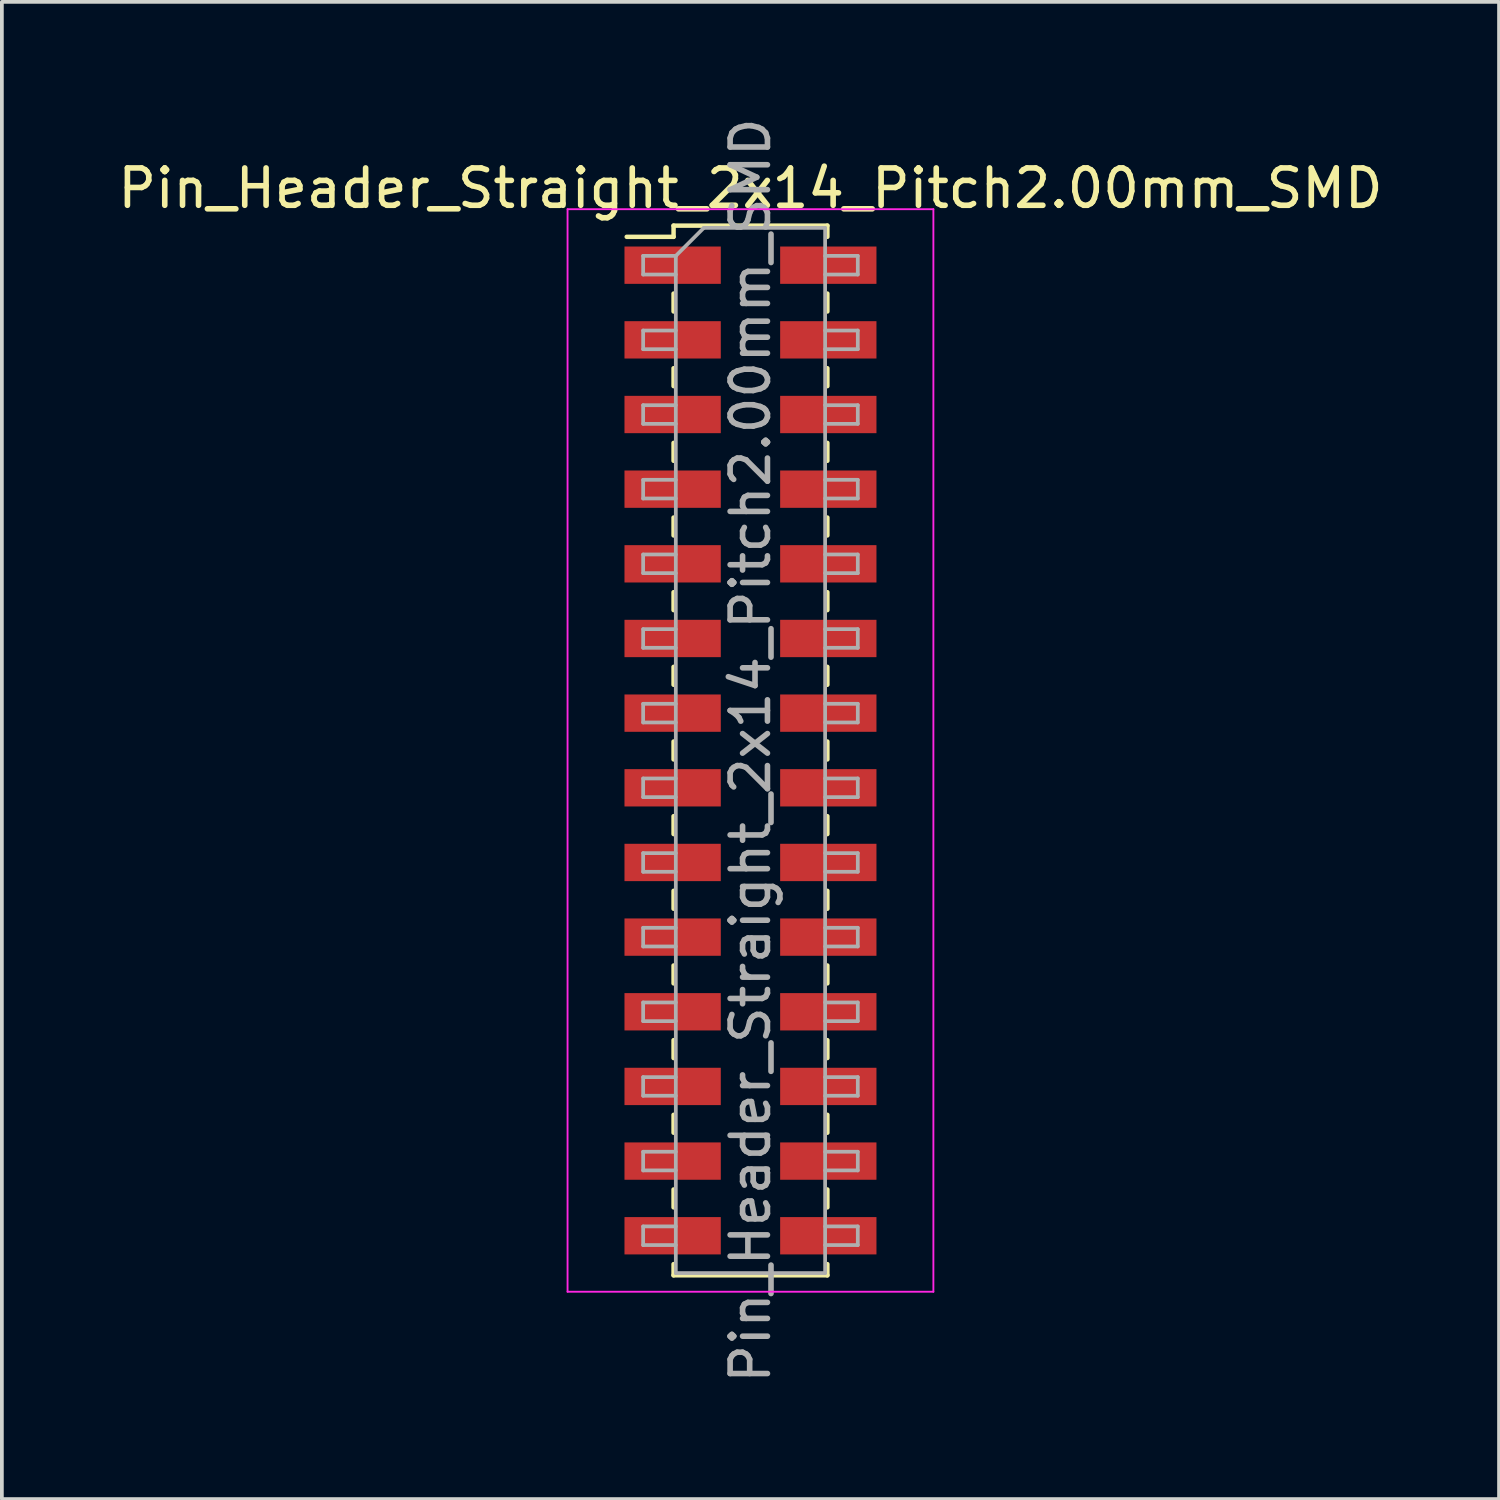
<source format=kicad_pcb>
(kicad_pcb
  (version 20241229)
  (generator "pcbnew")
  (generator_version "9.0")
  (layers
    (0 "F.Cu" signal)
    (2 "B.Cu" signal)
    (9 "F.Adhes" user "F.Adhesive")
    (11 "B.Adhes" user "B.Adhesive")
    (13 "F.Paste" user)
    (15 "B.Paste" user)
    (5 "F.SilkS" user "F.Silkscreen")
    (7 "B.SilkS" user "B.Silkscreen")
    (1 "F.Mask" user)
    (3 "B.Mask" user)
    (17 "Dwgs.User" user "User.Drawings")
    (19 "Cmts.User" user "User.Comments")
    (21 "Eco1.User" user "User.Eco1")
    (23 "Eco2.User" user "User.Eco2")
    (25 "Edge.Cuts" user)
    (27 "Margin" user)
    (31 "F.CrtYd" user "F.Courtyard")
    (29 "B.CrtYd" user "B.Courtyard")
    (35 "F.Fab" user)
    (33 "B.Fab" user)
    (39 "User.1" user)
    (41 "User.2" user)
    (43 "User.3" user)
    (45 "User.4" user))
  (footprint "Pin_Header_Straight_2x14_Pitch2.00mm_SMD"
    (layer "F.Cu")
    (at 17.054 17.054)
    (property "Reference" "Pin_Header_Straight_2x14_Pitch2.00mm_SMD" (at 0 -15.06 0) (layer "F.SilkS") (effects (font (size 1 1) (thickness 0.15))))
    (attr smd)
    (fp_line (start -3.315 -13.76) (end -2.06 -13.76) (stroke (width 0.12) (type solid)) (layer "F.SilkS"))
    (fp_line (start -2.06 -14.06) (end -2.06 -13.76) (stroke (width 0.12) (type solid)) (layer "F.SilkS"))
    (fp_line (start -2.06 -14.06) (end 2.06 -14.06) (stroke (width 0.12) (type solid)) (layer "F.SilkS"))
    (fp_line (start -2.06 -12.24) (end -2.06 -11.76) (stroke (width 0.12) (type solid)) (layer "F.SilkS"))
    (fp_line (start -2.06 -10.24) (end -2.06 -9.76) (stroke (width 0.12) (type solid)) (layer "F.SilkS"))
    (fp_line (start -2.06 -8.24) (end -2.06 -7.76) (stroke (width 0.12) (type solid)) (layer "F.SilkS"))
    (fp_line (start -2.06 -6.24) (end -2.06 -5.76) (stroke (width 0.12) (type solid)) (layer "F.SilkS"))
    (fp_line (start -2.06 -4.24) (end -2.06 -3.76) (stroke (width 0.12) (type solid)) (layer "F.SilkS"))
    (fp_line (start -2.06 -2.24) (end -2.06 -1.76) (stroke (width 0.12) (type solid)) (layer "F.SilkS"))
    (fp_line (start -2.06 -0.24) (end -2.06 0.24) (stroke (width 0.12) (type solid)) (layer "F.SilkS"))
    (fp_line (start -2.06 1.76) (end -2.06 2.24) (stroke (width 0.12) (type solid)) (layer "F.SilkS"))
    (fp_line (start -2.06 3.76) (end -2.06 4.24) (stroke (width 0.12) (type solid)) (layer "F.SilkS"))
    (fp_line (start -2.06 5.76) (end -2.06 6.24) (stroke (width 0.12) (type solid)) (layer "F.SilkS"))
    (fp_line (start -2.06 7.76) (end -2.06 8.24) (stroke (width 0.12) (type solid)) (layer "F.SilkS"))
    (fp_line (start -2.06 9.76) (end -2.06 10.24) (stroke (width 0.12) (type solid)) (layer "F.SilkS"))
    (fp_line (start -2.06 11.76) (end -2.06 12.24) (stroke (width 0.12) (type solid)) (layer "F.SilkS"))
    (fp_line (start -2.06 13.76) (end -2.06 14.06) (stroke (width 0.12) (type solid)) (layer "F.SilkS"))
    (fp_line (start -2.06 14.06) (end 2.06 14.06) (stroke (width 0.12) (type solid)) (layer "F.SilkS"))
    (fp_line (start 2.06 -14.06) (end 2.06 -13.76) (stroke (width 0.12) (type solid)) (layer "F.SilkS"))
    (fp_line (start 2.06 -12.24) (end 2.06 -11.76) (stroke (width 0.12) (type solid)) (layer "F.SilkS"))
    (fp_line (start 2.06 -10.24) (end 2.06 -9.76) (stroke (width 0.12) (type solid)) (layer "F.SilkS"))
    (fp_line (start 2.06 -8.24) (end 2.06 -7.76) (stroke (width 0.12) (type solid)) (layer "F.SilkS"))
    (fp_line (start 2.06 -6.24) (end 2.06 -5.76) (stroke (width 0.12) (type solid)) (layer "F.SilkS"))
    (fp_line (start 2.06 -4.24) (end 2.06 -3.76) (stroke (width 0.12) (type solid)) (layer "F.SilkS"))
    (fp_line (start 2.06 -2.24) (end 2.06 -1.76) (stroke (width 0.12) (type solid)) (layer "F.SilkS"))
    (fp_line (start 2.06 -0.24) (end 2.06 0.24) (stroke (width 0.12) (type solid)) (layer "F.SilkS"))
    (fp_line (start 2.06 1.76) (end 2.06 2.24) (stroke (width 0.12) (type solid)) (layer "F.SilkS"))
    (fp_line (start 2.06 3.76) (end 2.06 4.24) (stroke (width 0.12) (type solid)) (layer "F.SilkS"))
    (fp_line (start 2.06 5.76) (end 2.06 6.24) (stroke (width 0.12) (type solid)) (layer "F.SilkS"))
    (fp_line (start 2.06 7.76) (end 2.06 8.24) (stroke (width 0.12) (type solid)) (layer "F.SilkS"))
    (fp_line (start 2.06 9.76) (end 2.06 10.24) (stroke (width 0.12) (type solid)) (layer "F.SilkS"))
    (fp_line (start 2.06 11.76) (end 2.06 12.24) (stroke (width 0.12) (type solid)) (layer "F.SilkS"))
    (fp_line (start 2.06 13.76) (end 2.06 14.06) (stroke (width 0.12) (type solid)) (layer "F.SilkS"))
    (fp_line (start -4.9 -14.5) (end -4.9 14.5) (stroke (width 0.05) (type solid)) (layer "F.CrtYd"))
    (fp_line (start -4.9 14.5) (end 4.9 14.5) (stroke (width 0.05) (type solid)) (layer "F.CrtYd"))
    (fp_line (start 4.9 -14.5) (end -4.9 -14.5) (stroke (width 0.05) (type solid)) (layer "F.CrtYd"))
    (fp_line (start 4.9 14.5) (end 4.9 -14.5) (stroke (width 0.05) (type solid)) (layer "F.CrtYd"))
    (fp_line (start -2.875 -13.25) (end -2.875 -12.75) (stroke (width 0.1) (type solid)) (layer "F.Fab"))
    (fp_line (start -2.875 -12.75) (end -2 -12.75) (stroke (width 0.1) (type solid)) (layer "F.Fab"))
    (fp_line (start -2.875 -11.25) (end -2.875 -10.75) (stroke (width 0.1) (type solid)) (layer "F.Fab"))
    (fp_line (start -2.875 -10.75) (end -2 -10.75) (stroke (width 0.1) (type solid)) (layer "F.Fab"))
    (fp_line (start -2.875 -9.25) (end -2.875 -8.75) (stroke (width 0.1) (type solid)) (layer "F.Fab"))
    (fp_line (start -2.875 -8.75) (end -2 -8.75) (stroke (width 0.1) (type solid)) (layer "F.Fab"))
    (fp_line (start -2.875 -7.25) (end -2.875 -6.75) (stroke (width 0.1) (type solid)) (layer "F.Fab"))
    (fp_line (start -2.875 -6.75) (end -2 -6.75) (stroke (width 0.1) (type solid)) (layer "F.Fab"))
    (fp_line (start -2.875 -5.25) (end -2.875 -4.75) (stroke (width 0.1) (type solid)) (layer "F.Fab"))
    (fp_line (start -2.875 -4.75) (end -2 -4.75) (stroke (width 0.1) (type solid)) (layer "F.Fab"))
    (fp_line (start -2.875 -3.25) (end -2.875 -2.75) (stroke (width 0.1) (type solid)) (layer "F.Fab"))
    (fp_line (start -2.875 -2.75) (end -2 -2.75) (stroke (width 0.1) (type solid)) (layer "F.Fab"))
    (fp_line (start -2.875 -1.25) (end -2.875 -0.75) (stroke (width 0.1) (type solid)) (layer "F.Fab"))
    (fp_line (start -2.875 -0.75) (end -2 -0.75) (stroke (width 0.1) (type solid)) (layer "F.Fab"))
    (fp_line (start -2.875 0.75) (end -2.875 1.25) (stroke (width 0.1) (type solid)) (layer "F.Fab"))
    (fp_line (start -2.875 1.25) (end -2 1.25) (stroke (width 0.1) (type solid)) (layer "F.Fab"))
    (fp_line (start -2.875 2.75) (end -2.875 3.25) (stroke (width 0.1) (type solid)) (layer "F.Fab"))
    (fp_line (start -2.875 3.25) (end -2 3.25) (stroke (width 0.1) (type solid)) (layer "F.Fab"))
    (fp_line (start -2.875 4.75) (end -2.875 5.25) (stroke (width 0.1) (type solid)) (layer "F.Fab"))
    (fp_line (start -2.875 5.25) (end -2 5.25) (stroke (width 0.1) (type solid)) (layer "F.Fab"))
    (fp_line (start -2.875 6.75) (end -2.875 7.25) (stroke (width 0.1) (type solid)) (layer "F.Fab"))
    (fp_line (start -2.875 7.25) (end -2 7.25) (stroke (width 0.1) (type solid)) (layer "F.Fab"))
    (fp_line (start -2.875 8.75) (end -2.875 9.25) (stroke (width 0.1) (type solid)) (layer "F.Fab"))
    (fp_line (start -2.875 9.25) (end -2 9.25) (stroke (width 0.1) (type solid)) (layer "F.Fab"))
    (fp_line (start -2.875 10.75) (end -2.875 11.25) (stroke (width 0.1) (type solid)) (layer "F.Fab"))
    (fp_line (start -2.875 11.25) (end -2 11.25) (stroke (width 0.1) (type solid)) (layer "F.Fab"))
    (fp_line (start -2.875 12.75) (end -2.875 13.25) (stroke (width 0.1) (type solid)) (layer "F.Fab"))
    (fp_line (start -2.875 13.25) (end -2 13.25) (stroke (width 0.1) (type solid)) (layer "F.Fab"))
    (fp_line (start -2 -13.25) (end -2.875 -13.25) (stroke (width 0.1) (type solid)) (layer "F.Fab"))
    (fp_line (start -2 -13.25) (end -1.25 -14) (stroke (width 0.1) (type solid)) (layer "F.Fab"))
    (fp_line (start -2 -11.25) (end -2.875 -11.25) (stroke (width 0.1) (type solid)) (layer "F.Fab"))
    (fp_line (start -2 -9.25) (end -2.875 -9.25) (stroke (width 0.1) (type solid)) (layer "F.Fab"))
    (fp_line (start -2 -7.25) (end -2.875 -7.25) (stroke (width 0.1) (type solid)) (layer "F.Fab"))
    (fp_line (start -2 -5.25) (end -2.875 -5.25) (stroke (width 0.1) (type solid)) (layer "F.Fab"))
    (fp_line (start -2 -3.25) (end -2.875 -3.25) (stroke (width 0.1) (type solid)) (layer "F.Fab"))
    (fp_line (start -2 -1.25) (end -2.875 -1.25) (stroke (width 0.1) (type solid)) (layer "F.Fab"))
    (fp_line (start -2 0.75) (end -2.875 0.75) (stroke (width 0.1) (type solid)) (layer "F.Fab"))
    (fp_line (start -2 2.75) (end -2.875 2.75) (stroke (width 0.1) (type solid)) (layer "F.Fab"))
    (fp_line (start -2 4.75) (end -2.875 4.75) (stroke (width 0.1) (type solid)) (layer "F.Fab"))
    (fp_line (start -2 6.75) (end -2.875 6.75) (stroke (width 0.1) (type solid)) (layer "F.Fab"))
    (fp_line (start -2 8.75) (end -2.875 8.75) (stroke (width 0.1) (type solid)) (layer "F.Fab"))
    (fp_line (start -2 10.75) (end -2.875 10.75) (stroke (width 0.1) (type solid)) (layer "F.Fab"))
    (fp_line (start -2 12.75) (end -2.875 12.75) (stroke (width 0.1) (type solid)) (layer "F.Fab"))
    (fp_line (start -2 14) (end -2 -13.25) (stroke (width 0.1) (type solid)) (layer "F.Fab"))
    (fp_line (start -1.25 -14) (end 2 -14) (stroke (width 0.1) (type solid)) (layer "F.Fab"))
    (fp_line (start 2 -14) (end 2 14) (stroke (width 0.1) (type solid)) (layer "F.Fab"))
    (fp_line (start 2 -13.25) (end 2.875 -13.25) (stroke (width 0.1) (type solid)) (layer "F.Fab"))
    (fp_line (start 2 -11.25) (end 2.875 -11.25) (stroke (width 0.1) (type solid)) (layer "F.Fab"))
    (fp_line (start 2 -9.25) (end 2.875 -9.25) (stroke (width 0.1) (type solid)) (layer "F.Fab"))
    (fp_line (start 2 -7.25) (end 2.875 -7.25) (stroke (width 0.1) (type solid)) (layer "F.Fab"))
    (fp_line (start 2 -5.25) (end 2.875 -5.25) (stroke (width 0.1) (type solid)) (layer "F.Fab"))
    (fp_line (start 2 -3.25) (end 2.875 -3.25) (stroke (width 0.1) (type solid)) (layer "F.Fab"))
    (fp_line (start 2 -1.25) (end 2.875 -1.25) (stroke (width 0.1) (type solid)) (layer "F.Fab"))
    (fp_line (start 2 0.75) (end 2.875 0.75) (stroke (width 0.1) (type solid)) (layer "F.Fab"))
    (fp_line (start 2 2.75) (end 2.875 2.75) (stroke (width 0.1) (type solid)) (layer "F.Fab"))
    (fp_line (start 2 4.75) (end 2.875 4.75) (stroke (width 0.1) (type solid)) (layer "F.Fab"))
    (fp_line (start 2 6.75) (end 2.875 6.75) (stroke (width 0.1) (type solid)) (layer "F.Fab"))
    (fp_line (start 2 8.75) (end 2.875 8.75) (stroke (width 0.1) (type solid)) (layer "F.Fab"))
    (fp_line (start 2 10.75) (end 2.875 10.75) (stroke (width 0.1) (type solid)) (layer "F.Fab"))
    (fp_line (start 2 12.75) (end 2.875 12.75) (stroke (width 0.1) (type solid)) (layer "F.Fab"))
    (fp_line (start 2 14) (end -2 14) (stroke (width 0.1) (type solid)) (layer "F.Fab"))
    (fp_line (start 2.875 -13.25) (end 2.875 -12.75) (stroke (width 0.1) (type solid)) (layer "F.Fab"))
    (fp_line (start 2.875 -12.75) (end 2 -12.75) (stroke (width 0.1) (type solid)) (layer "F.Fab"))
    (fp_line (start 2.875 -11.25) (end 2.875 -10.75) (stroke (width 0.1) (type solid)) (layer "F.Fab"))
    (fp_line (start 2.875 -10.75) (end 2 -10.75) (stroke (width 0.1) (type solid)) (layer "F.Fab"))
    (fp_line (start 2.875 -9.25) (end 2.875 -8.75) (stroke (width 0.1) (type solid)) (layer "F.Fab"))
    (fp_line (start 2.875 -8.75) (end 2 -8.75) (stroke (width 0.1) (type solid)) (layer "F.Fab"))
    (fp_line (start 2.875 -7.25) (end 2.875 -6.75) (stroke (width 0.1) (type solid)) (layer "F.Fab"))
    (fp_line (start 2.875 -6.75) (end 2 -6.75) (stroke (width 0.1) (type solid)) (layer "F.Fab"))
    (fp_line (start 2.875 -5.25) (end 2.875 -4.75) (stroke (width 0.1) (type solid)) (layer "F.Fab"))
    (fp_line (start 2.875 -4.75) (end 2 -4.75) (stroke (width 0.1) (type solid)) (layer "F.Fab"))
    (fp_line (start 2.875 -3.25) (end 2.875 -2.75) (stroke (width 0.1) (type solid)) (layer "F.Fab"))
    (fp_line (start 2.875 -2.75) (end 2 -2.75) (stroke (width 0.1) (type solid)) (layer "F.Fab"))
    (fp_line (start 2.875 -1.25) (end 2.875 -0.75) (stroke (width 0.1) (type solid)) (layer "F.Fab"))
    (fp_line (start 2.875 -0.75) (end 2 -0.75) (stroke (width 0.1) (type solid)) (layer "F.Fab"))
    (fp_line (start 2.875 0.75) (end 2.875 1.25) (stroke (width 0.1) (type solid)) (layer "F.Fab"))
    (fp_line (start 2.875 1.25) (end 2 1.25) (stroke (width 0.1) (type solid)) (layer "F.Fab"))
    (fp_line (start 2.875 2.75) (end 2.875 3.25) (stroke (width 0.1) (type solid)) (layer "F.Fab"))
    (fp_line (start 2.875 3.25) (end 2 3.25) (stroke (width 0.1) (type solid)) (layer "F.Fab"))
    (fp_line (start 2.875 4.75) (end 2.875 5.25) (stroke (width 0.1) (type solid)) (layer "F.Fab"))
    (fp_line (start 2.875 5.25) (end 2 5.25) (stroke (width 0.1) (type solid)) (layer "F.Fab"))
    (fp_line (start 2.875 6.75) (end 2.875 7.25) (stroke (width 0.1) (type solid)) (layer "F.Fab"))
    (fp_line (start 2.875 7.25) (end 2 7.25) (stroke (width 0.1) (type solid)) (layer "F.Fab"))
    (fp_line (start 2.875 8.75) (end 2.875 9.25) (stroke (width 0.1) (type solid)) (layer "F.Fab"))
    (fp_line (start 2.875 9.25) (end 2 9.25) (stroke (width 0.1) (type solid)) (layer "F.Fab"))
    (fp_line (start 2.875 10.75) (end 2.875 11.25) (stroke (width 0.1) (type solid)) (layer "F.Fab"))
    (fp_line (start 2.875 11.25) (end 2 11.25) (stroke (width 0.1) (type solid)) (layer "F.Fab"))
    (fp_line (start 2.875 12.75) (end 2.875 13.25) (stroke (width 0.1) (type solid)) (layer "F.Fab"))
    (fp_line (start 2.875 13.25) (end 2 13.25) (stroke (width 0.1) (type solid)) (layer "F.Fab"))
    (fp_text user "${REFERENCE}" (at 0 0 90) (layer "F.Fab") (effects (font (size 1 1) (thickness 0.15))))
    (pad "1" smd rect (at -2.085 -13) (size 2.58 1) (layers "F.Cu" "F.Mask" "F.Paste"))
    (pad "2" smd rect (at 2.085 -13) (size 2.58 1) (layers "F.Cu" "F.Mask" "F.Paste"))
    (pad "3" smd rect (at -2.085 -11) (size 2.58 1) (layers "F.Cu" "F.Mask" "F.Paste"))
    (pad "4" smd rect (at 2.085 -11) (size 2.58 1) (layers "F.Cu" "F.Mask" "F.Paste"))
    (pad "5" smd rect (at -2.085 -9) (size 2.58 1) (layers "F.Cu" "F.Mask" "F.Paste"))
    (pad "6" smd rect (at 2.085 -9) (size 2.58 1) (layers "F.Cu" "F.Mask" "F.Paste"))
    (pad "7" smd rect (at -2.085 -7) (size 2.58 1) (layers "F.Cu" "F.Mask" "F.Paste"))
    (pad "8" smd rect (at 2.085 -7) (size 2.58 1) (layers "F.Cu" "F.Mask" "F.Paste"))
    (pad "9" smd rect (at -2.085 -5) (size 2.58 1) (layers "F.Cu" "F.Mask" "F.Paste"))
    (pad "10" smd rect (at 2.085 -5) (size 2.58 1) (layers "F.Cu" "F.Mask" "F.Paste"))
    (pad "11" smd rect (at -2.085 -3) (size 2.58 1) (layers "F.Cu" "F.Mask" "F.Paste"))
    (pad "12" smd rect (at 2.085 -3) (size 2.58 1) (layers "F.Cu" "F.Mask" "F.Paste"))
    (pad "13" smd rect (at -2.085 -1) (size 2.58 1) (layers "F.Cu" "F.Mask" "F.Paste"))
    (pad "14" smd rect (at 2.085 -1) (size 2.58 1) (layers "F.Cu" "F.Mask" "F.Paste"))
    (pad "15" smd rect (at -2.085 1) (size 2.58 1) (layers "F.Cu" "F.Mask" "F.Paste"))
    (pad "16" smd rect (at 2.085 1) (size 2.58 1) (layers "F.Cu" "F.Mask" "F.Paste"))
    (pad "17" smd rect (at -2.085 3) (size 2.58 1) (layers "F.Cu" "F.Mask" "F.Paste"))
    (pad "18" smd rect (at 2.085 3) (size 2.58 1) (layers "F.Cu" "F.Mask" "F.Paste"))
    (pad "19" smd rect (at -2.085 5) (size 2.58 1) (layers "F.Cu" "F.Mask" "F.Paste"))
    (pad "20" smd rect (at 2.085 5) (size 2.58 1) (layers "F.Cu" "F.Mask" "F.Paste"))
    (pad "21" smd rect (at -2.085 7) (size 2.58 1) (layers "F.Cu" "F.Mask" "F.Paste"))
    (pad "22" smd rect (at 2.085 7) (size 2.58 1) (layers "F.Cu" "F.Mask" "F.Paste"))
    (pad "23" smd rect (at -2.085 9) (size 2.58 1) (layers "F.Cu" "F.Mask" "F.Paste"))
    (pad "24" smd rect (at 2.085 9) (size 2.58 1) (layers "F.Cu" "F.Mask" "F.Paste"))
    (pad "25" smd rect (at -2.085 11) (size 2.58 1) (layers "F.Cu" "F.Mask" "F.Paste"))
    (pad "26" smd rect (at 2.085 11) (size 2.58 1) (layers "F.Cu" "F.Mask" "F.Paste"))
    (pad "27" smd rect (at -2.085 13) (size 2.58 1) (layers "F.Cu" "F.Mask" "F.Paste"))
    (pad "28" smd rect (at 2.085 13) (size 2.58 1) (layers "F.Cu" "F.Mask" "F.Paste")))
  (gr_rect
    (start -3 -3)
    (end 37.107 37.107)
    (stroke (width 0.1) (type default))
    (fill no)
    (layer "Edge.Cuts")))
</source>
